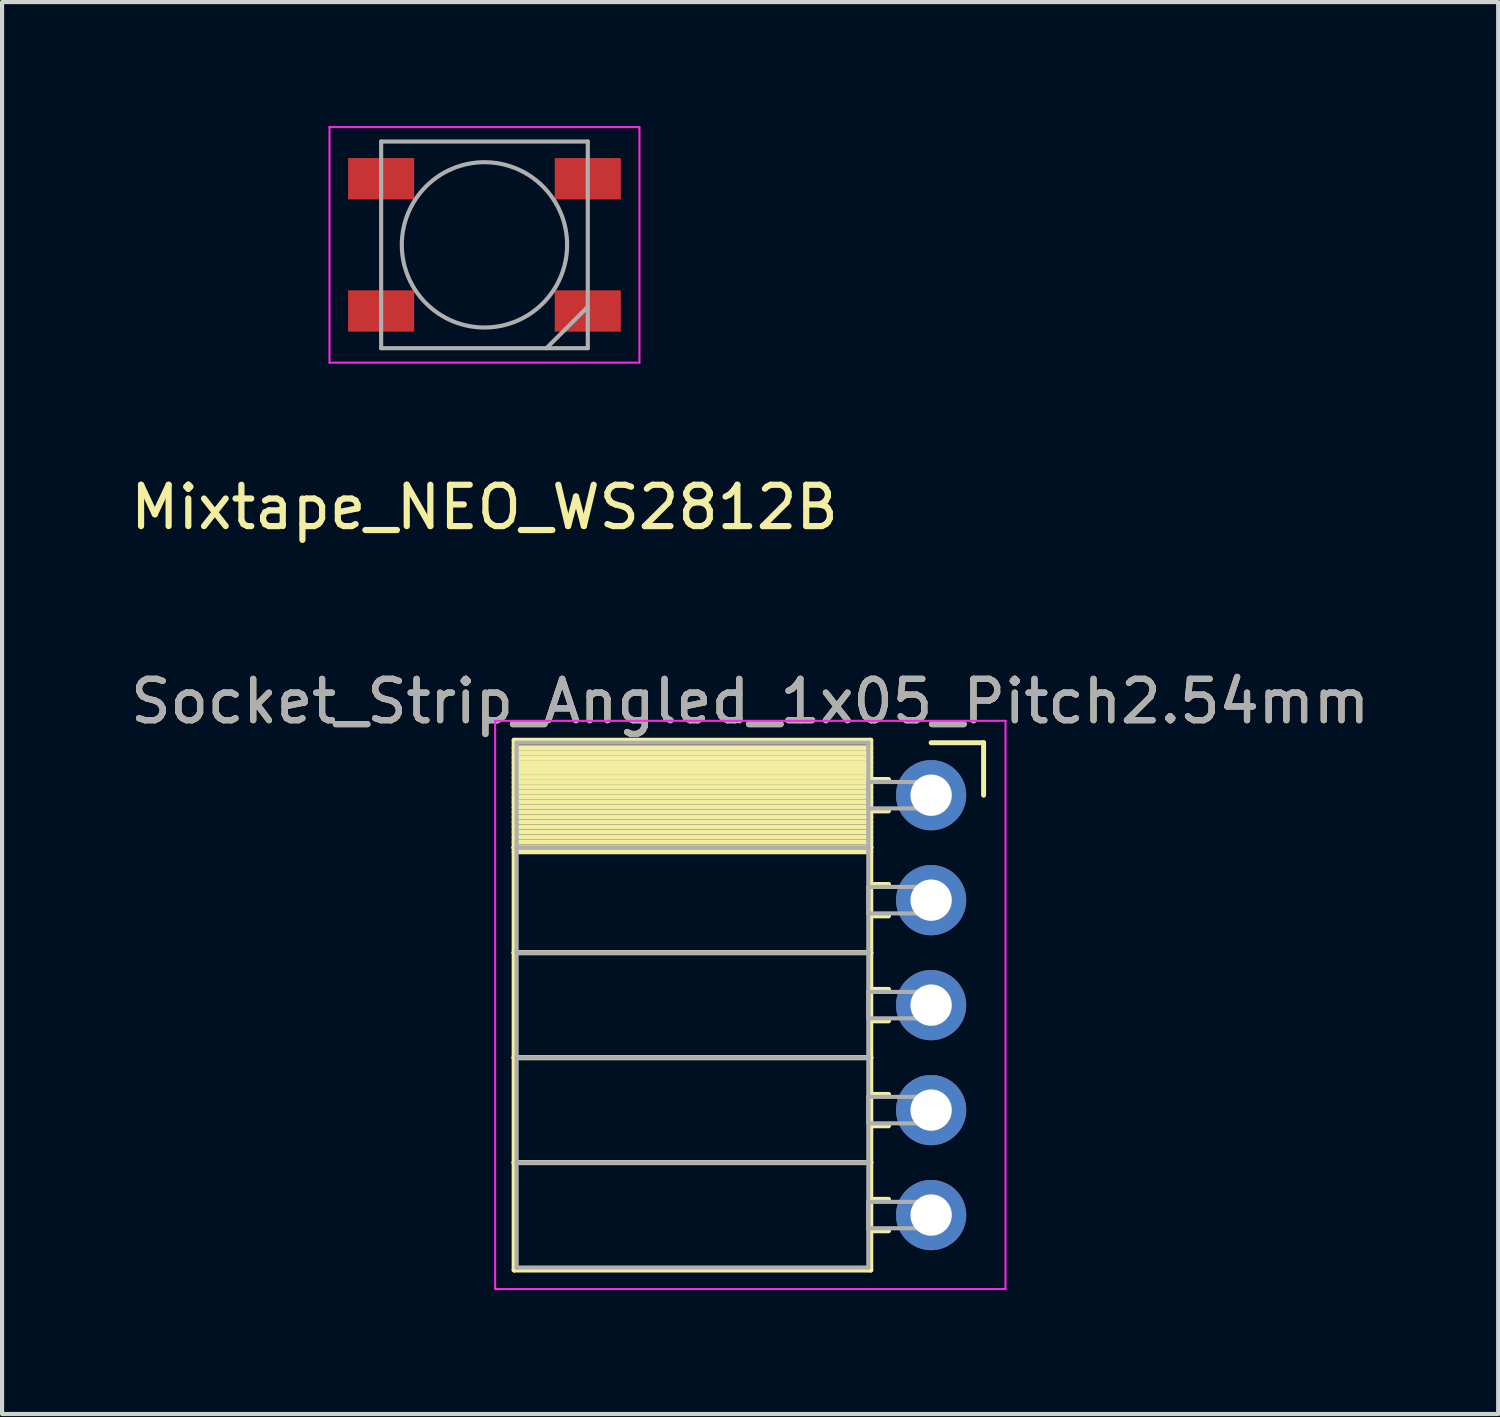
<source format=kicad_pcb>
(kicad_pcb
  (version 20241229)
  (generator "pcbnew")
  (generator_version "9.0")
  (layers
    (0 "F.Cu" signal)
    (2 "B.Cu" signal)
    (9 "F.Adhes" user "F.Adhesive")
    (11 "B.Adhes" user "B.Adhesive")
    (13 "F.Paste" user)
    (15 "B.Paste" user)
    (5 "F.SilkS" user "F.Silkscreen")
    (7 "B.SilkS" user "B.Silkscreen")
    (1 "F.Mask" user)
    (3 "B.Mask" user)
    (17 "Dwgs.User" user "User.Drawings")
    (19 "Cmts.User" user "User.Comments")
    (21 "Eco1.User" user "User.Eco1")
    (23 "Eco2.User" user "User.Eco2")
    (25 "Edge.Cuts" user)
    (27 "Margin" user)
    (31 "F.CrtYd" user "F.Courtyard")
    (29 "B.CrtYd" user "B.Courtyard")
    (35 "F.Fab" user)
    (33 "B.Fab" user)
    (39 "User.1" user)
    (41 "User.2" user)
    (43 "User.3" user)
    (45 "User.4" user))
  (footprint "Socket_Strip_Angled_1x05_Pitch2.54mm"
    (layer "F.Cu")
    (at 19.481 16.192)
    (property "Reference" "Socket_Strip_Angled_1x05_Pitch2.54mm" (at -4.38 -2.27 0) (layer "F.SilkS") (effects (font (size 1 1) (thickness 0.15))))
    (attr through_hole)
    (fp_line (start -10.09 -1.33) (end -1.46 -1.33) (stroke (width 0.12) (type solid)) (layer "F.SilkS"))
    (fp_line (start -10.09 1.27) (end -10.09 -1.33) (stroke (width 0.12) (type solid)) (layer "F.SilkS"))
    (fp_line (start -10.09 1.27) (end -1.46 1.27) (stroke (width 0.12) (type solid)) (layer "F.SilkS"))
    (fp_line (start -10.09 3.81) (end -10.09 1.27) (stroke (width 0.12) (type solid)) (layer "F.SilkS"))
    (fp_line (start -10.09 3.81) (end -1.46 3.81) (stroke (width 0.12) (type solid)) (layer "F.SilkS"))
    (fp_line (start -10.09 6.35) (end -10.09 3.81) (stroke (width 0.12) (type solid)) (layer "F.SilkS"))
    (fp_line (start -10.09 6.35) (end -1.46 6.35) (stroke (width 0.12) (type solid)) (layer "F.SilkS"))
    (fp_line (start -10.09 8.89) (end -10.09 6.35) (stroke (width 0.12) (type solid)) (layer "F.SilkS"))
    (fp_line (start -10.09 8.89) (end -1.46 8.89) (stroke (width 0.12) (type solid)) (layer "F.SilkS"))
    (fp_line (start -10.09 11.49) (end -10.09 8.89) (stroke (width 0.12) (type solid)) (layer "F.SilkS"))
    (fp_line (start -1.46 -1.33) (end -1.46 1.27) (stroke (width 0.12) (type solid)) (layer "F.SilkS"))
    (fp_line (start -1.46 -1.15) (end -10.09 -1.15) (stroke (width 0.12) (type solid)) (layer "F.SilkS"))
    (fp_line (start -1.46 -1.03) (end -10.09 -1.03) (stroke (width 0.12) (type solid)) (layer "F.SilkS"))
    (fp_line (start -1.46 -0.91) (end -10.09 -0.91) (stroke (width 0.12) (type solid)) (layer "F.SilkS"))
    (fp_line (start -1.46 -0.79) (end -10.09 -0.79) (stroke (width 0.12) (type solid)) (layer "F.SilkS"))
    (fp_line (start -1.46 -0.67) (end -10.09 -0.67) (stroke (width 0.12) (type solid)) (layer "F.SilkS"))
    (fp_line (start -1.46 -0.55) (end -10.09 -0.55) (stroke (width 0.12) (type solid)) (layer "F.SilkS"))
    (fp_line (start -1.46 -0.43) (end -10.09 -0.43) (stroke (width 0.12) (type solid)) (layer "F.SilkS"))
    (fp_line (start -1.46 -0.31) (end -10.09 -0.31) (stroke (width 0.12) (type solid)) (layer "F.SilkS"))
    (fp_line (start -1.46 -0.19) (end -10.09 -0.19) (stroke (width 0.12) (type solid)) (layer "F.SilkS"))
    (fp_line (start -1.46 -0.07) (end -10.09 -0.07) (stroke (width 0.12) (type solid)) (layer "F.SilkS"))
    (fp_line (start -1.46 0.05) (end -10.09 0.05) (stroke (width 0.12) (type solid)) (layer "F.SilkS"))
    (fp_line (start -1.46 0.17) (end -10.09 0.17) (stroke (width 0.12) (type solid)) (layer "F.SilkS"))
    (fp_line (start -1.46 0.29) (end -10.09 0.29) (stroke (width 0.12) (type solid)) (layer "F.SilkS"))
    (fp_line (start -1.46 0.41) (end -10.09 0.41) (stroke (width 0.12) (type solid)) (layer "F.SilkS"))
    (fp_line (start -1.46 0.53) (end -10.09 0.53) (stroke (width 0.12) (type solid)) (layer "F.SilkS"))
    (fp_line (start -1.46 0.65) (end -10.09 0.65) (stroke (width 0.12) (type solid)) (layer "F.SilkS"))
    (fp_line (start -1.46 0.77) (end -10.09 0.77) (stroke (width 0.12) (type solid)) (layer "F.SilkS"))
    (fp_line (start -1.46 0.89) (end -10.09 0.89) (stroke (width 0.12) (type solid)) (layer "F.SilkS"))
    (fp_line (start -1.46 1.01) (end -10.09 1.01) (stroke (width 0.12) (type solid)) (layer "F.SilkS"))
    (fp_line (start -1.46 1.13) (end -10.09 1.13) (stroke (width 0.12) (type solid)) (layer "F.SilkS"))
    (fp_line (start -1.46 1.25) (end -10.09 1.25) (stroke (width 0.12) (type solid)) (layer "F.SilkS"))
    (fp_line (start -1.46 1.27) (end -10.09 1.27) (stroke (width 0.12) (type solid)) (layer "F.SilkS"))
    (fp_line (start -1.46 1.27) (end -1.46 3.81) (stroke (width 0.12) (type solid)) (layer "F.SilkS"))
    (fp_line (start -1.46 1.37) (end -10.09 1.37) (stroke (width 0.12) (type solid)) (layer "F.SilkS"))
    (fp_line (start -1.46 3.81) (end -10.09 3.81) (stroke (width 0.12) (type solid)) (layer "F.SilkS"))
    (fp_line (start -1.46 3.81) (end -1.46 6.35) (stroke (width 0.12) (type solid)) (layer "F.SilkS"))
    (fp_line (start -1.46 6.35) (end -10.09 6.35) (stroke (width 0.12) (type solid)) (layer "F.SilkS"))
    (fp_line (start -1.46 6.35) (end -1.46 8.89) (stroke (width 0.12) (type solid)) (layer "F.SilkS"))
    (fp_line (start -1.46 8.89) (end -10.09 8.89) (stroke (width 0.12) (type solid)) (layer "F.SilkS"))
    (fp_line (start -1.46 8.89) (end -1.46 11.49) (stroke (width 0.12) (type solid)) (layer "F.SilkS"))
    (fp_line (start -1.46 11.49) (end -10.09 11.49) (stroke (width 0.12) (type solid)) (layer "F.SilkS"))
    (fp_line (start -1.03 -0.38) (end -1.46 -0.38) (stroke (width 0.12) (type solid)) (layer "F.SilkS"))
    (fp_line (start -1.03 0.38) (end -1.46 0.38) (stroke (width 0.12) (type solid)) (layer "F.SilkS"))
    (fp_line (start -1.03 2.16) (end -1.46 2.16) (stroke (width 0.12) (type solid)) (layer "F.SilkS"))
    (fp_line (start -1.03 2.92) (end -1.46 2.92) (stroke (width 0.12) (type solid)) (layer "F.SilkS"))
    (fp_line (start -1.03 4.7) (end -1.46 4.7) (stroke (width 0.12) (type solid)) (layer "F.SilkS"))
    (fp_line (start -1.03 5.46) (end -1.46 5.46) (stroke (width 0.12) (type solid)) (layer "F.SilkS"))
    (fp_line (start -1.03 7.24) (end -1.46 7.24) (stroke (width 0.12) (type solid)) (layer "F.SilkS"))
    (fp_line (start -1.03 8) (end -1.46 8) (stroke (width 0.12) (type solid)) (layer "F.SilkS"))
    (fp_line (start -1.03 9.78) (end -1.46 9.78) (stroke (width 0.12) (type solid)) (layer "F.SilkS"))
    (fp_line (start -1.03 10.54) (end -1.46 10.54) (stroke (width 0.12) (type solid)) (layer "F.SilkS"))
    (fp_line (start 0 -1.27) (end 1.27 -1.27) (stroke (width 0.12) (type solid)) (layer "F.SilkS"))
    (fp_line (start 1.27 -1.27) (end 1.27 0) (stroke (width 0.12) (type solid)) (layer "F.SilkS"))
    (fp_line (start -10.55 -1.8) (end 1.8 -1.8) (stroke (width 0.05) (type solid)) (layer "F.CrtYd"))
    (fp_line (start -10.55 11.95) (end -10.55 -1.8) (stroke (width 0.05) (type solid)) (layer "F.CrtYd"))
    (fp_line (start 1.8 -1.8) (end 1.8 11.95) (stroke (width 0.05) (type solid)) (layer "F.CrtYd"))
    (fp_line (start 1.8 11.95) (end -10.55 11.95) (stroke (width 0.05) (type solid)) (layer "F.CrtYd"))
    (fp_line (start -10.03 -1.27) (end -1.52 -1.27) (stroke (width 0.1) (type solid)) (layer "F.Fab"))
    (fp_line (start -10.03 1.27) (end -10.03 -1.27) (stroke (width 0.1) (type solid)) (layer "F.Fab"))
    (fp_line (start -10.03 1.27) (end -1.52 1.27) (stroke (width 0.1) (type solid)) (layer "F.Fab"))
    (fp_line (start -10.03 3.81) (end -10.03 1.27) (stroke (width 0.1) (type solid)) (layer "F.Fab"))
    (fp_line (start -10.03 3.81) (end -1.52 3.81) (stroke (width 0.1) (type solid)) (layer "F.Fab"))
    (fp_line (start -10.03 6.35) (end -10.03 3.81) (stroke (width 0.1) (type solid)) (layer "F.Fab"))
    (fp_line (start -10.03 6.35) (end -1.52 6.35) (stroke (width 0.1) (type solid)) (layer "F.Fab"))
    (fp_line (start -10.03 8.89) (end -10.03 6.35) (stroke (width 0.1) (type solid)) (layer "F.Fab"))
    (fp_line (start -10.03 8.89) (end -1.52 8.89) (stroke (width 0.1) (type solid)) (layer "F.Fab"))
    (fp_line (start -10.03 11.43) (end -10.03 8.89) (stroke (width 0.1) (type solid)) (layer "F.Fab"))
    (fp_line (start -1.52 -1.27) (end -1.52 1.27) (stroke (width 0.1) (type solid)) (layer "F.Fab"))
    (fp_line (start -1.52 -0.32) (end 0 -0.32) (stroke (width 0.1) (type solid)) (layer "F.Fab"))
    (fp_line (start -1.52 0.32) (end -1.52 -0.32) (stroke (width 0.1) (type solid)) (layer "F.Fab"))
    (fp_line (start -1.52 1.27) (end -10.03 1.27) (stroke (width 0.1) (type solid)) (layer "F.Fab"))
    (fp_line (start -1.52 1.27) (end -1.52 3.81) (stroke (width 0.1) (type solid)) (layer "F.Fab"))
    (fp_line (start -1.52 2.22) (end 0 2.22) (stroke (width 0.1) (type solid)) (layer "F.Fab"))
    (fp_line (start -1.52 2.86) (end -1.52 2.22) (stroke (width 0.1) (type solid)) (layer "F.Fab"))
    (fp_line (start -1.52 3.81) (end -10.03 3.81) (stroke (width 0.1) (type solid)) (layer "F.Fab"))
    (fp_line (start -1.52 3.81) (end -1.52 6.35) (stroke (width 0.1) (type solid)) (layer "F.Fab"))
    (fp_line (start -1.52 4.76) (end 0 4.76) (stroke (width 0.1) (type solid)) (layer "F.Fab"))
    (fp_line (start -1.52 5.4) (end -1.52 4.76) (stroke (width 0.1) (type solid)) (layer "F.Fab"))
    (fp_line (start -1.52 6.35) (end -10.03 6.35) (stroke (width 0.1) (type solid)) (layer "F.Fab"))
    (fp_line (start -1.52 6.35) (end -1.52 8.89) (stroke (width 0.1) (type solid)) (layer "F.Fab"))
    (fp_line (start -1.52 7.3) (end 0 7.3) (stroke (width 0.1) (type solid)) (layer "F.Fab"))
    (fp_line (start -1.52 7.94) (end -1.52 7.3) (stroke (width 0.1) (type solid)) (layer "F.Fab"))
    (fp_line (start -1.52 8.89) (end -10.03 8.89) (stroke (width 0.1) (type solid)) (layer "F.Fab"))
    (fp_line (start -1.52 8.89) (end -1.52 11.43) (stroke (width 0.1) (type solid)) (layer "F.Fab"))
    (fp_line (start -1.52 9.84) (end 0 9.84) (stroke (width 0.1) (type solid)) (layer "F.Fab"))
    (fp_line (start -1.52 10.48) (end -1.52 9.84) (stroke (width 0.1) (type solid)) (layer "F.Fab"))
    (fp_line (start -1.52 11.43) (end -10.03 11.43) (stroke (width 0.1) (type solid)) (layer "F.Fab"))
    (fp_line (start 0 -0.32) (end 0 0.32) (stroke (width 0.1) (type solid)) (layer "F.Fab"))
    (fp_line (start 0 0.32) (end -1.52 0.32) (stroke (width 0.1) (type solid)) (layer "F.Fab"))
    (fp_line (start 0 2.22) (end 0 2.86) (stroke (width 0.1) (type solid)) (layer "F.Fab"))
    (fp_line (start 0 2.86) (end -1.52 2.86) (stroke (width 0.1) (type solid)) (layer "F.Fab"))
    (fp_line (start 0 4.76) (end 0 5.4) (stroke (width 0.1) (type solid)) (layer "F.Fab"))
    (fp_line (start 0 5.4) (end -1.52 5.4) (stroke (width 0.1) (type solid)) (layer "F.Fab"))
    (fp_line (start 0 7.3) (end 0 7.94) (stroke (width 0.1) (type solid)) (layer "F.Fab"))
    (fp_line (start 0 7.94) (end -1.52 7.94) (stroke (width 0.1) (type solid)) (layer "F.Fab"))
    (fp_line (start 0 9.84) (end 0 10.48) (stroke (width 0.1) (type solid)) (layer "F.Fab"))
    (fp_line (start 0 10.48) (end -1.52 10.48) (stroke (width 0.1) (type solid)) (layer "F.Fab"))
    (fp_text user "${REFERENCE}" (at -4.38 -2.27 0) (layer "F.Fab") (effects (font (size 1 1) (thickness 0.15))))
    (pad "1" thru_hole circle (at 0 0) (size 1.7 1.7) (drill 1) (layers "*.Cu" "*.Mask"))
    (pad "2" thru_hole oval (at 0 2.54) (size 1.7 1.7) (drill 1) (layers "*.Cu" "*.Mask"))
    (pad "3" thru_hole oval (at 0 5.08) (size 1.7 1.7) (drill 1) (layers "*.Cu" "*.Mask"))
    (pad "4" thru_hole oval (at 0 7.62) (size 1.7 1.7) (drill 1) (layers "*.Cu" "*.Mask"))
    (pad "5" thru_hole oval (at 0 10.16) (size 1.7 1.7) (drill 1) (layers "*.Cu" "*.Mask")))
  (footprint "Mixtape_NEO_WS2812B"
    (layer "F.Cu")
    (at 8.673 2.875)
    (property "Reference" "Mixtape_NEO_WS2812B" (at 0 6.35 0) (layer "F.SilkS") (effects (font (size 1 1) (thickness 0.15))))
    (attr smd)
    (fp_line (start -3.75 -2.85) (end -3.75 2.85) (stroke (width 0.05) (type solid)) (layer "F.CrtYd"))
    (fp_line (start -3.75 2.85) (end 3.75 2.85) (stroke (width 0.05) (type solid)) (layer "F.CrtYd"))
    (fp_line (start 3.75 -2.85) (end -3.75 -2.85) (stroke (width 0.05) (type solid)) (layer "F.CrtYd"))
    (fp_line (start 3.75 2.85) (end 3.75 -2.85) (stroke (width 0.05) (type solid)) (layer "F.CrtYd"))
    (fp_line (start -2.5 -2.5) (end -2.5 2.5) (stroke (width 0.1) (type solid)) (layer "F.Fab"))
    (fp_line (start -2.5 2.5) (end 2.5 2.5) (stroke (width 0.1) (type solid)) (layer "F.Fab"))
    (fp_line (start 2.5 -2.5) (end -2.5 -2.5) (stroke (width 0.1) (type solid)) (layer "F.Fab"))
    (fp_line (start 2.5 1.5) (end 1.5 2.5) (stroke (width 0.1) (type solid)) (layer "F.Fab"))
    (fp_line (start 2.5 2.5) (end 2.5 -2.5) (stroke (width 0.1) (type solid)) (layer "F.Fab"))
    (fp_circle (center 0 0) (end 0 -2) (stroke (width 0.1) (type solid)) (fill no) (layer "F.Fab"))
    (pad "1" smd rect (at -2.5 -1.6) (size 1.6 1) (layers "F.Cu" "F.Mask" "F.Paste"))
    (pad "2" smd rect (at -2.5 1.6) (size 1.6 1) (layers "F.Cu" "F.Mask" "F.Paste"))
    (pad "3" smd rect (at 2.5 1.6) (size 1.6 1) (layers "F.Cu" "F.Mask" "F.Paste"))
    (pad "4" smd rect (at 2.5 -1.6) (size 1.6 1) (layers "F.Cu" "F.Mask" "F.Paste")))
  (gr_rect
    (start -3 -3)
    (end 33.202 31.166)
    (stroke (width 0.1) (type default))
    (fill no)
    (layer "Edge.Cuts")))
</source>
